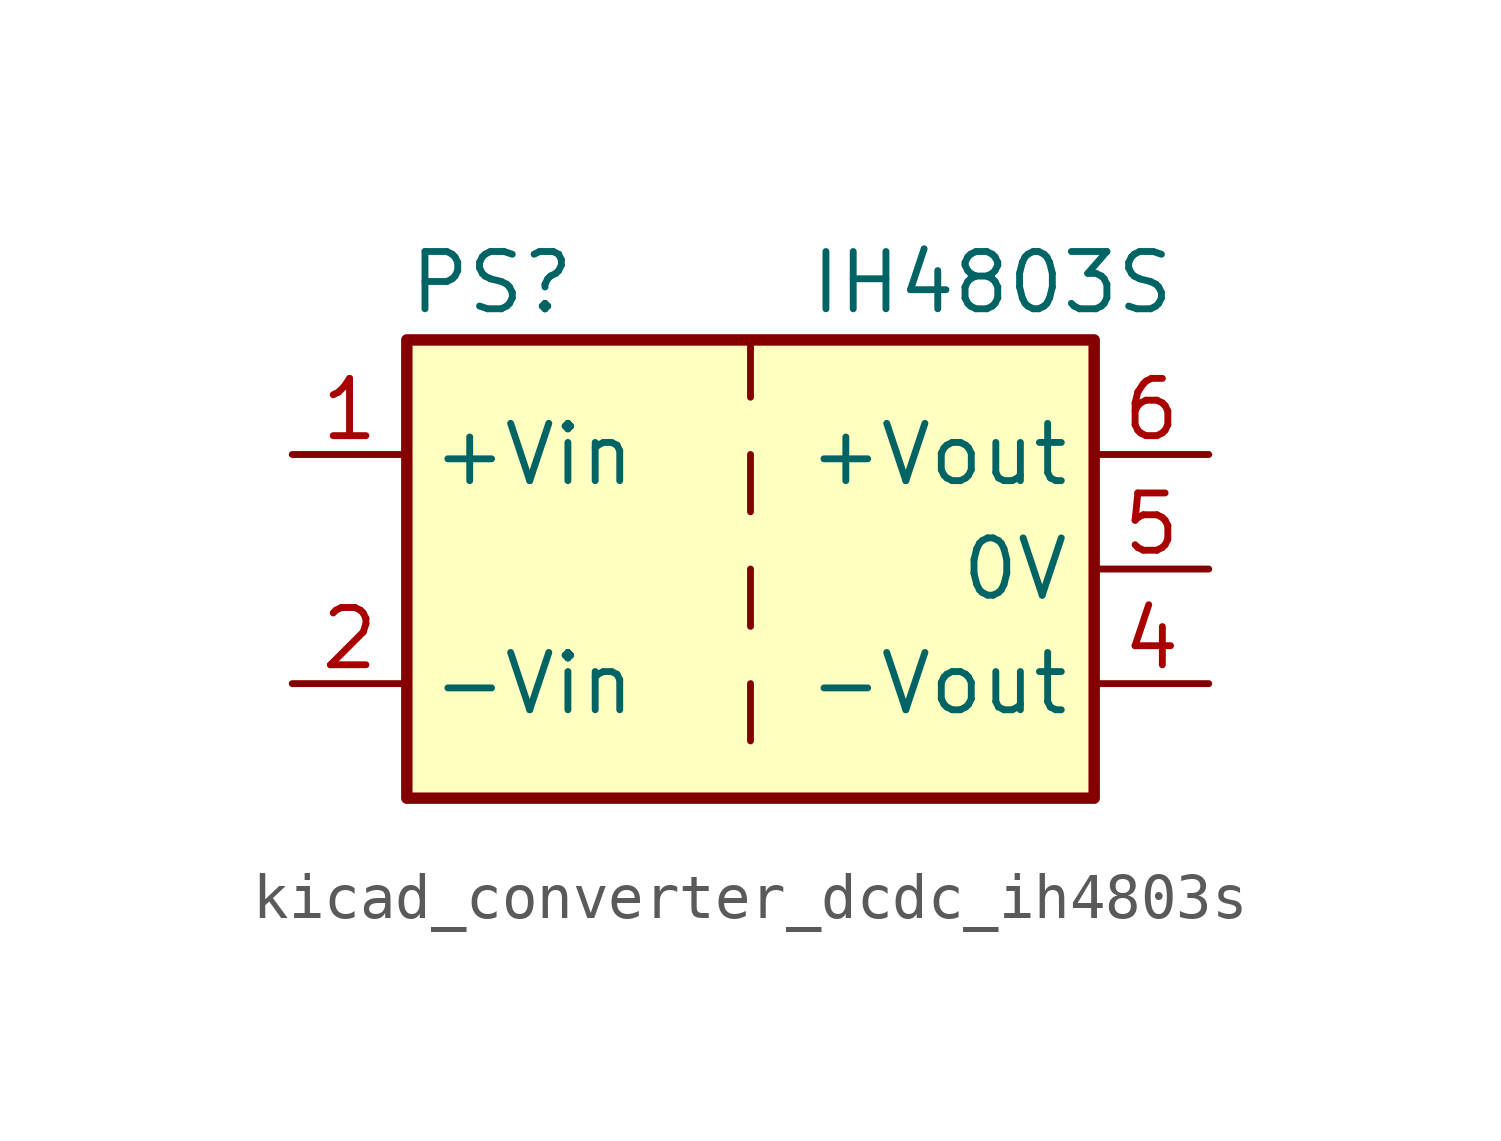
<source format=kicad_sym>
(kicad_symbol_lib
  (version 20220914)
  (generator kicad_symbol_editor)
  (symbol "kicad_converter_dcdc_ih4803s"
    (property "Reference" "PS"
      (at -7.62 6.35 0)
      (effects (font (size 1.27 1.27)) (justify left)))
    (property "Value" "IH4803S"
      (at 1.27 6.35 0)
      (effects (font (size 1.27 1.27)) (justify left)))
    (symbol "kicad_converter_dcdc_ih4803s_0_0"
      (pin power_in line (at -10.16 2.54 0) (length 2.54) (name "+Vin" (effects (font (size 1.27 1.27)))) (number "1" (effects (font (size 1.27 1.27)))))
      (pin power_in line (at -10.16 -2.54 0) (length 2.54) (name "-Vin" (effects (font (size 1.27 1.27)))) (number "2" (effects (font (size 1.27 1.27)))))
      (pin power_out line (at 10.16 -2.54 180) (length 2.54) (name "-Vout" (effects (font (size 1.27 1.27)))) (number "4" (effects (font (size 1.27 1.27)))))
      (pin power_out line (at 10.16 0 180) (length 2.54) (name "0V" (effects (font (size 1.27 1.27)))) (number "5" (effects (font (size 1.27 1.27)))))
      (pin power_out line (at 10.16 2.54 180) (length 2.54) (name "+Vout" (effects (font (size 1.27 1.27)))) (number "6" (effects (font (size 1.27 1.27))))))
    (symbol "kicad_converter_dcdc_ih4803s_0_1"
      (rectangle (start -7.62 5.08) (end 7.62 -5.08) (stroke (width 0.254) (type default)) (fill (type background)))
      (polyline (pts (xy 0 -2.54) (xy 0 -3.81)) (stroke (width 0) (type default)) (fill (type none)))
      (polyline (pts (xy 0 0) (xy 0 -1.27)) (stroke (width 0) (type default)) (fill (type none)))
      (polyline (pts (xy 0 2.54) (xy 0 1.27)) (stroke (width 0) (type default)) (fill (type none)))
      (polyline (pts (xy 0 5.08) (xy 0 3.81)) (stroke (width 0) (type default)) (fill (type none))))))
</source>
